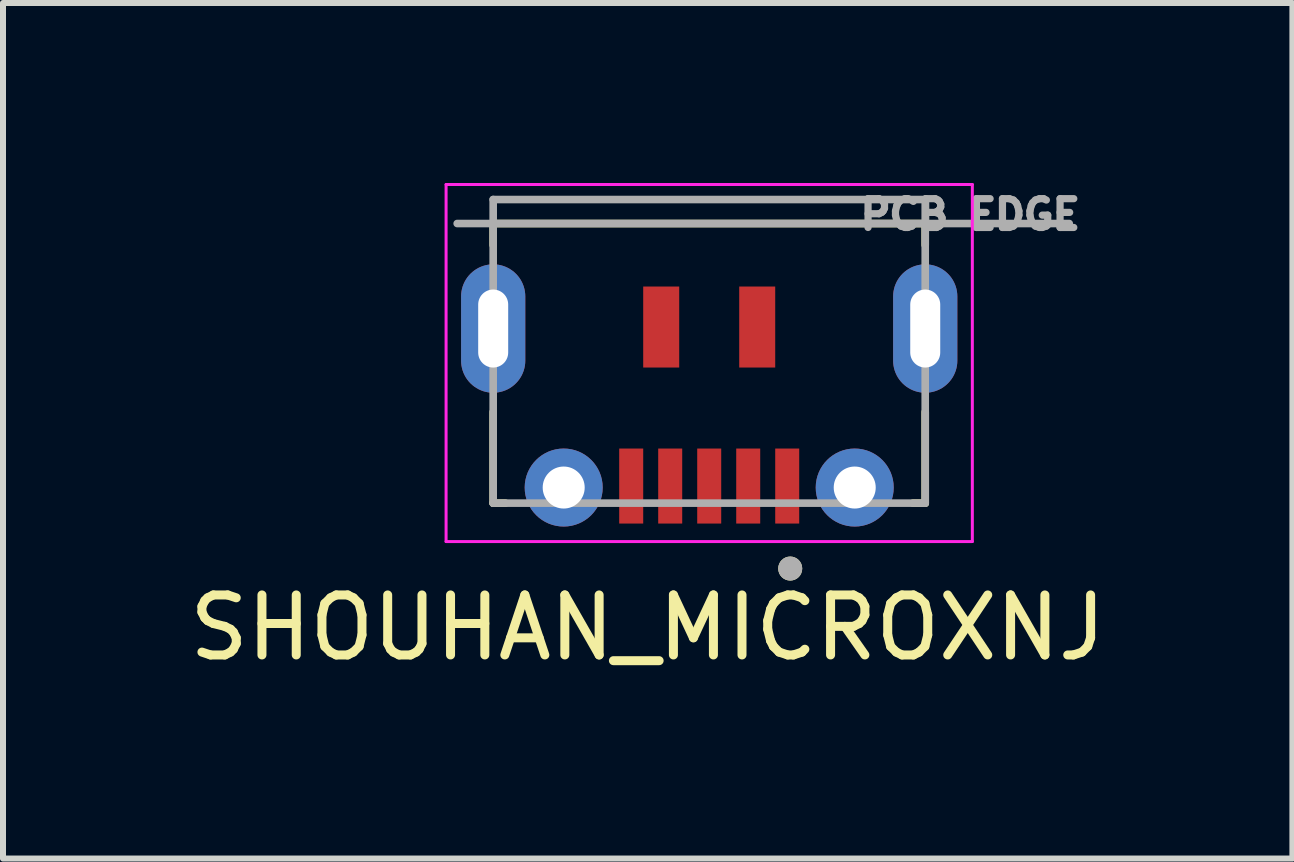
<source format=kicad_pcb>
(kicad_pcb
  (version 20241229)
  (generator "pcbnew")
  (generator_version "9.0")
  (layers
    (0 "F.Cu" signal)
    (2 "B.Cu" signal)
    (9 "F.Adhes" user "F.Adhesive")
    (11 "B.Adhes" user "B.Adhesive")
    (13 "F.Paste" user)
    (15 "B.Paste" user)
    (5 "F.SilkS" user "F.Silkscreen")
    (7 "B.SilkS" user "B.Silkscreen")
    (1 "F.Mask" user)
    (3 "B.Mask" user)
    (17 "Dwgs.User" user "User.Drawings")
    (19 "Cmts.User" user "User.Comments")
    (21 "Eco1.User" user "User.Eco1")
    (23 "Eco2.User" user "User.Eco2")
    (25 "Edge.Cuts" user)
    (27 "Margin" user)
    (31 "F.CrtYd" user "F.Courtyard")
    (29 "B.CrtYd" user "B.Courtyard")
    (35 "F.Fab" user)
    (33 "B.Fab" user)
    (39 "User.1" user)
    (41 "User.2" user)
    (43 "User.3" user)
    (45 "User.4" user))
  (footprint "SHOUHAN_MICROXNJ"
    (layer "F.Cu")
    (at 8.769 0.675)
    (property "Reference" "SHOUHAN_MICROXNJ" (at -1.025 6.735 0) (layer "F.SilkS") (effects (font (size 1 1) (thickness 0.15))))
    (attr smd)
    (fp_line (start -3.6 0) (end 3.6 0) (stroke (width 0.127) (type solid)) (layer "F.SilkS"))
    (fp_line (start -3.6 0.36) (end -3.6 0) (stroke (width 0.127) (type solid)) (layer "F.SilkS"))
    (fp_line (start -3.6 3.14) (end -3.6 4.66) (stroke (width 0.127) (type solid)) (layer "F.SilkS"))
    (fp_line (start -3.6 4.66) (end -3.395 4.66) (stroke (width 0.127) (type solid)) (layer "F.SilkS"))
    (fp_line (start 3.6 0) (end 3.6 0.36) (stroke (width 0.127) (type solid)) (layer "F.SilkS"))
    (fp_line (start 3.6 3.14) (end 3.6 4.66) (stroke (width 0.127) (type solid)) (layer "F.SilkS"))
    (fp_line (start 3.6 4.66) (end 3.395 4.66) (stroke (width 0.127) (type solid)) (layer "F.SilkS"))
    (fp_circle (center 1.35 5.75) (end 1.45 5.75) (stroke (width 0.2) (type solid)) (fill no) (layer "F.SilkS"))
    (fp_line (start -4.385 -0.65) (end 4.385 -0.65) (stroke (width 0.05) (type solid)) (layer "F.CrtYd"))
    (fp_line (start -4.385 5.3) (end -4.385 -0.65) (stroke (width 0.05) (type solid)) (layer "F.CrtYd"))
    (fp_line (start 4.385 -0.65) (end 4.385 5.3) (stroke (width 0.05) (type solid)) (layer "F.CrtYd"))
    (fp_line (start 4.385 5.3) (end -4.385 5.3) (stroke (width 0.05) (type solid)) (layer "F.CrtYd"))
    (fp_line (start -4.2 0) (end 6 0) (stroke (width 0.127) (type solid)) (layer "F.Fab"))
    (fp_line (start -3.6 -0.4) (end 3.6 -0.4) (stroke (width 0.127) (type solid)) (layer "F.Fab"))
    (fp_line (start -3.6 4.66) (end -3.6 -0.4) (stroke (width 0.127) (type solid)) (layer "F.Fab"))
    (fp_line (start 3.6 -0.4) (end 3.6 4.66) (stroke (width 0.127) (type solid)) (layer "F.Fab"))
    (fp_line (start 3.6 4.66) (end -3.6 4.66) (stroke (width 0.127) (type solid)) (layer "F.Fab"))
    (fp_circle (center 1.35 5.75) (end 1.45 5.75) (stroke (width 0.2) (type solid)) (fill no) (layer "F.Fab"))
    (fp_text user "PCB EDGE" (at 4.35 -0.15 0) (layer "F.Fab") (effects (font (size 0.48 0.48) (thickness 0.15))))
    (pad "1" smd rect (at 1.3 4.375) (size 0.4 1.25) (layers "F.Cu" "F.Mask" "F.Paste"))
    (pad "2" smd rect (at 0.65 4.375) (size 0.4 1.25) (layers "F.Cu" "F.Mask" "F.Paste"))
    (pad "3" smd rect (at 0 4.375) (size 0.4 1.25) (layers "F.Cu" "F.Mask" "F.Paste"))
    (pad "4" smd rect (at -0.65 4.375) (size 0.4 1.25) (layers "F.Cu" "F.Mask" "F.Paste"))
    (pad "5" smd rect (at -1.3 4.375) (size 0.4 1.25) (layers "F.Cu" "F.Mask" "F.Paste"))
    (pad "S1" smd rect (at -0.8 1.725) (size 0.6 1.35) (layers "F.Cu" "F.Mask" "F.Paste"))
    (pad "S2" smd rect (at 0.8 1.725) (size 0.6 1.35) (layers "F.Cu" "F.Mask" "F.Paste"))
    (pad "S3" thru_hole oval (at -3.6 1.75) (size 1.07 2.14) (drill oval 0.5 1.3) (layers "*.Cu" "*.Mask"))
    (pad "S4" thru_hole circle (at -2.425 4.4) (size 1.3 1.3) (drill 0.7) (layers "*.Cu" "*.Mask"))
    (pad "S5" thru_hole circle (at 2.425 4.4) (size 1.3 1.3) (drill 0.7) (layers "*.Cu" "*.Mask"))
    (pad "S6" thru_hole oval (at 3.6 1.75) (size 1.07 2.14) (drill oval 0.5 1.3) (layers "*.Cu" "*.Mask")))
  (gr_rect
    (start -3 -3)
    (end 18.488 11.258)
    (stroke (width 0.1) (type default))
    (fill no)
    (layer "Edge.Cuts")))
</source>
